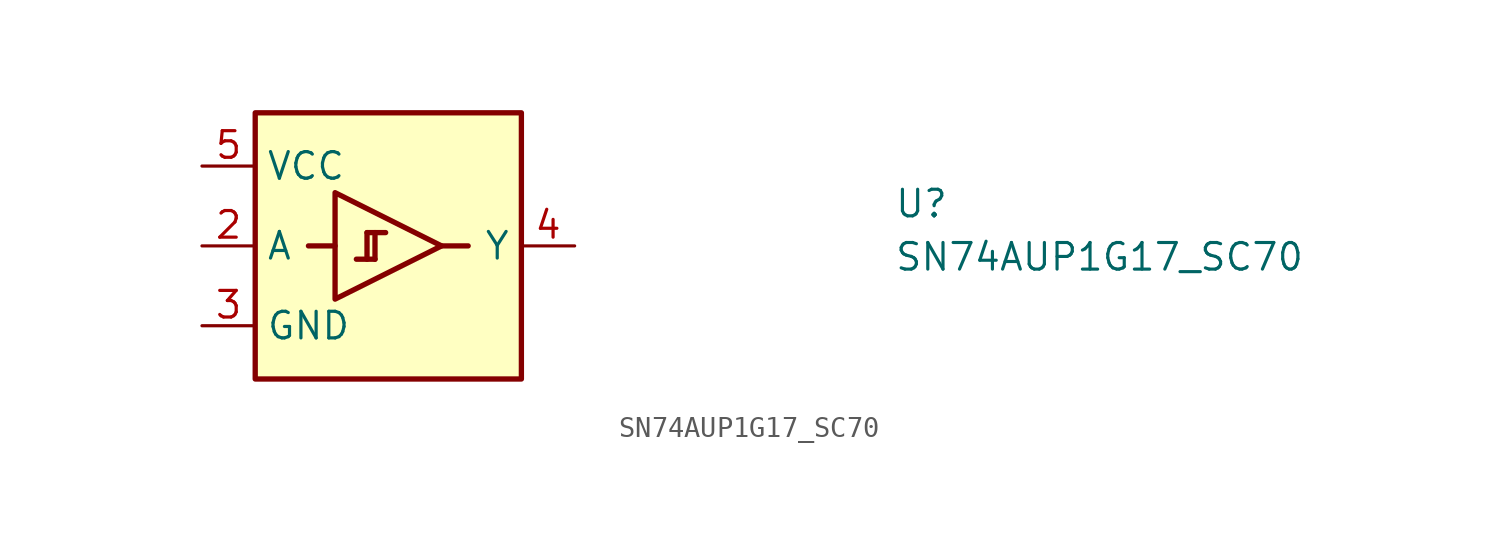
<source format=kicad_sym>
(kicad_symbol_lib
  (version 20211014)
  (generator kicad_symbol_editor)
  (symbol "SN74AUP1G17_SC70"
    (property "Reference" "U"
      (at 33.02 -2.54 0)
      (effects (font (size 1.27 1.27) (thickness 0.15)) (justify left bottom)))
    (property "Value" "SN74AUP1G17_SC70"
      (at 33.02 -5.08 0)
      (effects (font (size 1.27 1.27) (thickness 0.15)) (justify left bottom)))
    (symbol "SN74AUP1G17_SC70_1_1"
      (polyline (pts (xy 6.35 -3.81) (xy 5.08 -3.81)) (stroke (width 0.254) (type default) (color 0 0 0 0)) (fill (type background)))
      (polyline (pts (xy 7.874 -3.175) (xy 7.874 -4.445)) (stroke (width 0.254) (type default) (color 0 0 0 0)) (fill (type background)))
      (polyline (pts (xy 8.255 -4.445) (xy 7.366 -4.445)) (stroke (width 0.254) (type default) (color 0 0 0 0)) (fill (type background)))
      (polyline (pts (xy 8.255 -3.175) (xy 8.255 -4.445)) (stroke (width 0.254) (type default) (color 0 0 0 0)) (fill (type background)))
      (polyline (pts (xy 8.763 -3.175) (xy 7.874 -3.175)) (stroke (width 0.254) (type default) (color 0 0 0 0)) (fill (type background)))
      (polyline (pts (xy 12.7 -3.81) (xy 11.43 -3.81)) (stroke (width 0.254) (type default) (color 0 0 0 0)) (fill (type background)))
      (polyline (pts (xy 6.35 -1.27) (xy 11.43 -3.81) (xy 6.35 -6.35) (xy 6.35 -1.27)) (stroke (width 0.254) (type default) (color 0 0 0 0)) (fill (type background)))
      (rectangle (start 2.54 2.54) (end 15.24 -10.16) (stroke (width 0.254) (type default) (color 0 0 0 0)) (fill (type background)))
      (pin no_connect line (at 15.24 -6.35 180) (length 2.54) hide (name "NC" (effects (font (size 1.27 1.27)))) (number "1" (effects (font (size 1.27 1.27)))))
      (pin input line (at 0 -3.81 0) (length 2.54) (name "A" (effects (font (size 1.27 1.27)))) (number "2" (effects (font (size 1.27 1.27)))))
      (pin power_in line (at 0 -7.62 0) (length 2.54) (name "GND" (effects (font (size 1.27 1.27)))) (number "3" (effects (font (size 1.27 1.27)))))
      (pin output line (at 17.78 -3.81 180) (length 2.54) (name "Y" (effects (font (size 1.27 1.27)))) (number "4" (effects (font (size 1.27 1.27)))))
      (pin power_in line (at 0 0 0) (length 2.54) (name "VCC" (effects (font (size 1.27 1.27)))) (number "5" (effects (font (size 1.27 1.27))))))))
</source>
